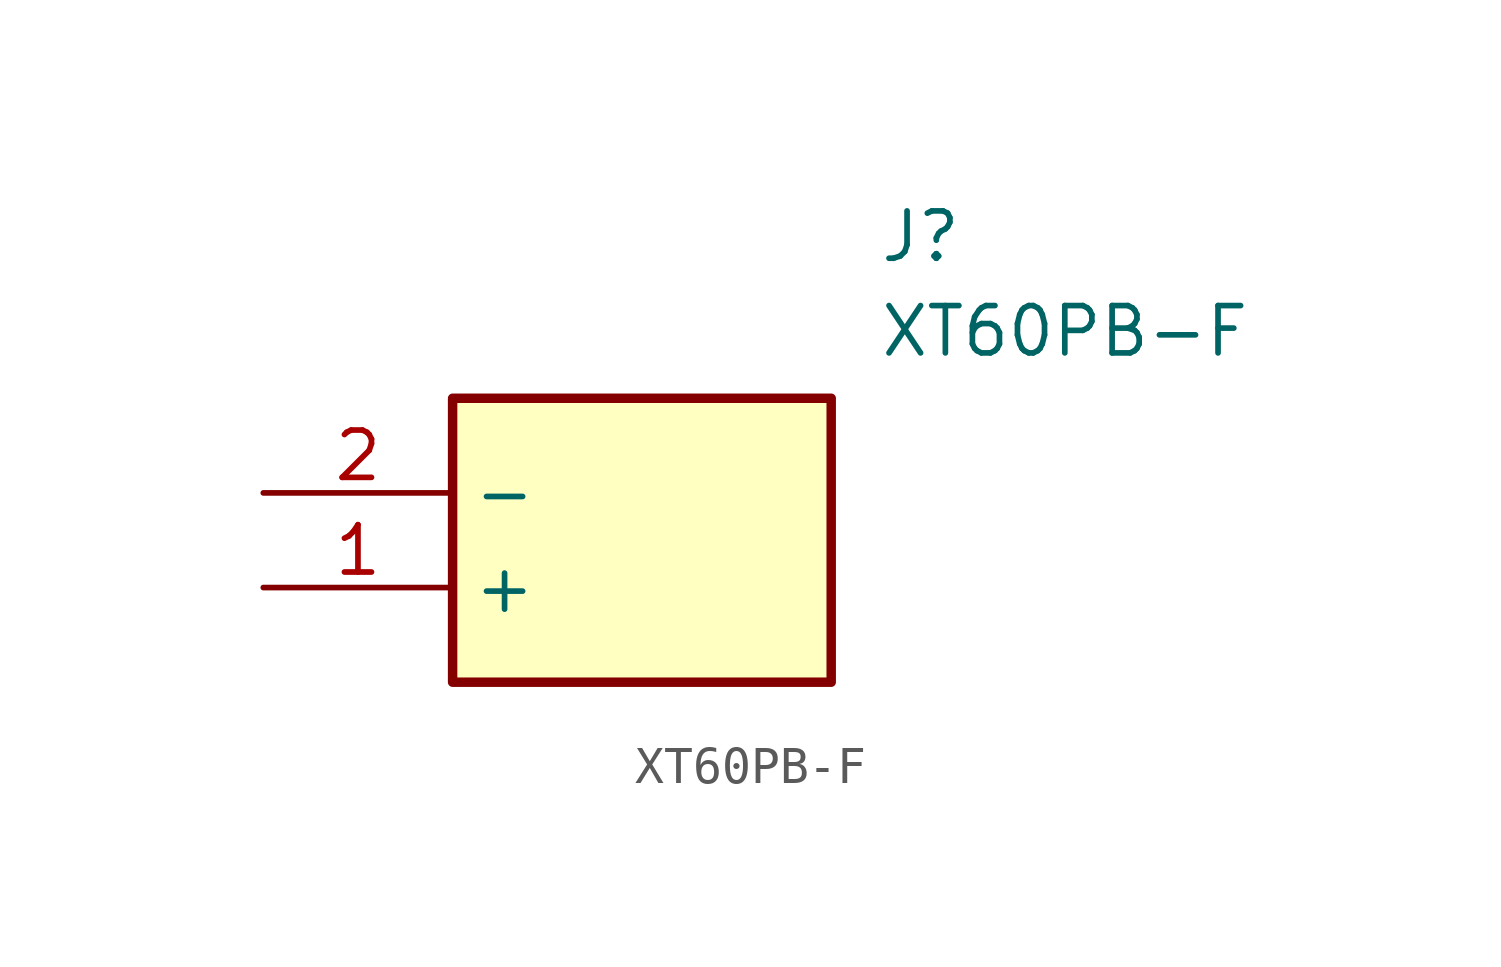
<source format=kicad_sym>
(kicad_symbol_lib
  (version 20241209)
  (generator "kicad_symbol_editor")
  (generator_version "9.0")
  (symbol "XT60PB-F"
    (property "Reference" "J"
      (at 16.51 7.62 0)
      (effects (font (size 1.27 1.27)) (justify left top)))
    (property "Value" "XT60PB-F"
      (at 16.51 5.08 0)
      (effects (font (size 1.27 1.27)) (justify left top)))
    (symbol "XT60PB-F_1_1"
      (rectangle (start 5.08 2.54) (end 15.24 -5.08) (stroke (width 0.254) (type default)) (fill (type background)))
      (pin passive line (at 0 0 0) (length 5.08) (name "-" (effects (font (size 1.27 1.27)))) (number "2" (effects (font (size 1.27 1.27)))))
      (pin passive line (at 0 -2.54 0) (length 5.08) (name "+" (effects (font (size 1.27 1.27)))) (number "1" (effects (font (size 1.27 1.27))))))))
</source>
